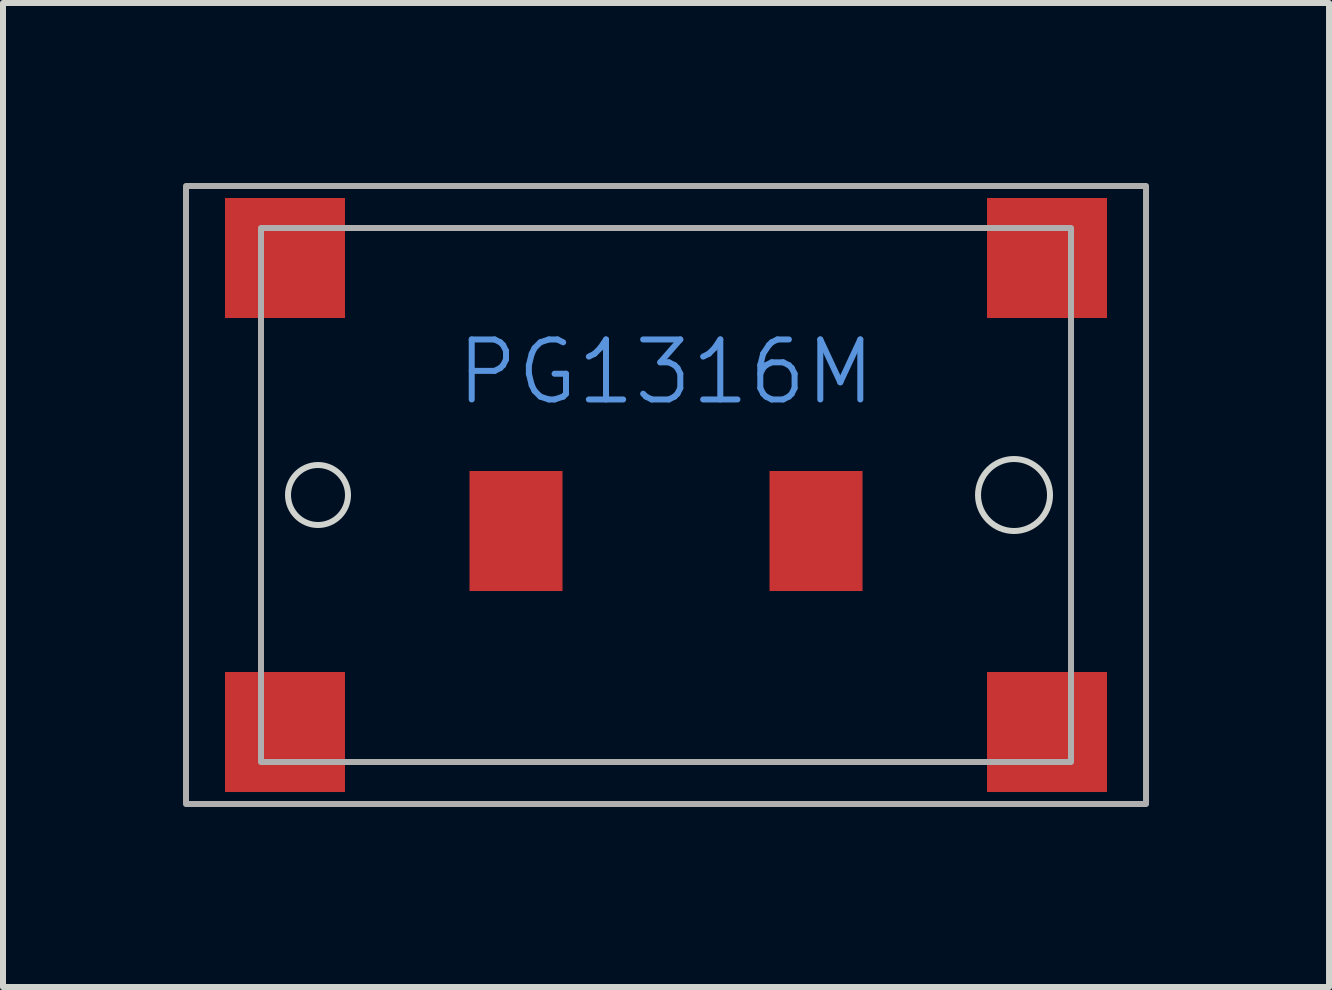
<source format=kicad_pcb>
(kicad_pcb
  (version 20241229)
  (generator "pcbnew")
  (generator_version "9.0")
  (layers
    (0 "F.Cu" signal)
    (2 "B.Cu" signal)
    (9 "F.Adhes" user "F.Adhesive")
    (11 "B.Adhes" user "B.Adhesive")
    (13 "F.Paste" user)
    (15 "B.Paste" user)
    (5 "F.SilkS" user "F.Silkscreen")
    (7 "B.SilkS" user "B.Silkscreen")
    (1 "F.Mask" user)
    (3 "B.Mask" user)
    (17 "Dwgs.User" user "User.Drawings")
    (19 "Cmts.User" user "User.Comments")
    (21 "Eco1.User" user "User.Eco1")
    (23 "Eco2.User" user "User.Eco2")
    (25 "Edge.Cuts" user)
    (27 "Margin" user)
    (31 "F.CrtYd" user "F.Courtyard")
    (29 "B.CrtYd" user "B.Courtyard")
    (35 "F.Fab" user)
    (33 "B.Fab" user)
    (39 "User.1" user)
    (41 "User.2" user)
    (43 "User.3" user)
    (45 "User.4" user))
  (footprint "PG1316M"
    (layer "F.Cu")
    (at 8.05 5.2)
    (property "Reference" "PG1316M" (at 0 -2.05 0) (unlocked yes) (layer "Cmts.User") (effects (font (size 1 1) (thickness 0.1))))
    (attr smd)
    (fp_circle (center -5.8 0) (end -5.3 0) (stroke (width 0.1) (type default)) (fill no) (layer "Edge.Cuts"))
    (fp_circle (center 5.8 0) (end 6.4 0) (stroke (width 0.1) (type default)) (fill no) (layer "Edge.Cuts"))
    (fp_rect (start -8 5.15) (end 8 -5.15) (stroke (width 0.1) (type default)) (fill no) (layer "F.Fab"))
    (fp_rect (start -6.75 -4.45) (end 6.75 4.45) (stroke (width 0.1) (type default)) (fill no) (layer "F.Fab"))
    (pad "1" smd rect (at -2.5 0.6) (size 1.55 2) (layers "F.Cu" "F.Mask" "F.Paste"))
    (pad "2" smd rect (at 2.5 0.6) (size 1.55 2) (layers "F.Cu" "F.Mask" "F.Paste"))
    (pad "3" smd rect (at -6.35 -3.95) (size 2 2) (layers "F.Cu" "F.Mask" "F.Paste"))
    (pad "3" smd rect (at -6.35 3.95) (size 2 2) (layers "F.Cu" "F.Mask" "F.Paste"))
    (pad "3" smd rect (at 6.35 -3.95) (size 2 2) (layers "F.Cu" "F.Mask" "F.Paste"))
    (pad "3" smd rect (at 6.35 3.95) (size 2 2) (layers "F.Cu" "F.Mask" "F.Paste")))
  (gr_rect
    (start -3 -3)
    (end 19.1 13.4)
    (stroke (width 0.1) (type default))
    (fill no)
    (layer "Edge.Cuts")))
</source>
